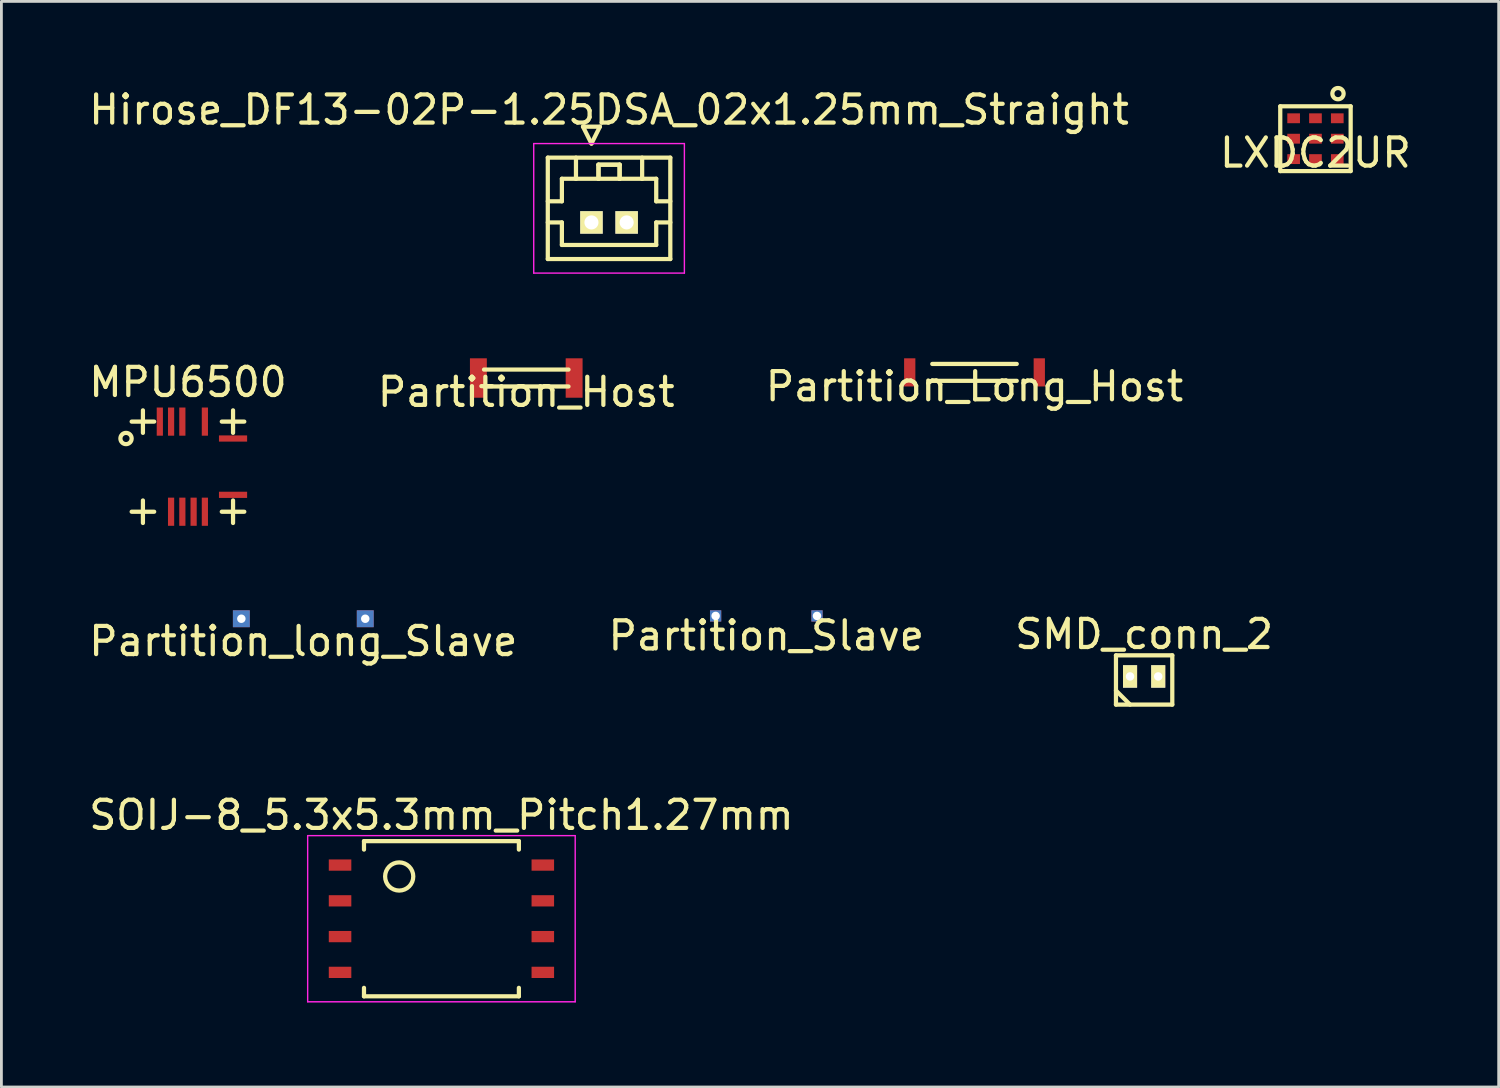
<source format=kicad_pcb>
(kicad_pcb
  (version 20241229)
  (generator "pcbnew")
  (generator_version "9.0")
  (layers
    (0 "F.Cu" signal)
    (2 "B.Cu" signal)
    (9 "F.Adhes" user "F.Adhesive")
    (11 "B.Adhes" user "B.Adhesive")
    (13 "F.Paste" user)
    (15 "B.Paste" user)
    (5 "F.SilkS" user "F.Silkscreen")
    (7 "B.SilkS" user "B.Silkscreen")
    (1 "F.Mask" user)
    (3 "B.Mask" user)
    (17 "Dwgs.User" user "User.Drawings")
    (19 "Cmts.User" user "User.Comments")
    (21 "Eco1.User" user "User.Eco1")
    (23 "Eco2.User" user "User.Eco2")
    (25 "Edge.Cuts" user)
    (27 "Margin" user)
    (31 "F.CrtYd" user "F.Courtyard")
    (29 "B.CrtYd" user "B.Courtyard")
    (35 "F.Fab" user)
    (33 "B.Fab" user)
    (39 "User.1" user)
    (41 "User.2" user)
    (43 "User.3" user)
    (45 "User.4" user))
  (footprint "Partition_long_Slave"
    (layer "F.Cu")
    (at 7.72 19.221)
    (property "Reference" "Partition_long_Slave" (at 0 0.5 0) (layer "F.SilkS") (effects (font (size 1 1) (thickness 0.15))))
    (attr through_hole)
    (pad "1" thru_hole rect (at -2.2 -0.3) (size 0.6 0.6) (drill 0.3) (layers "*.Cu" "*.Mask"))
    (pad "2" thru_hole rect (at 2.2 -0.3) (size 0.6 0.6) (drill 0.3) (layers "*.Cu" "*.Mask")))
  (footprint "Partition_Host"
    (layer "F.Cu")
    (at 15.637 10.373)
    (property "Reference" "Partition_Host" (at 0 0.5 0) (layer "F.SilkS") (effects (font (size 1 1) (thickness 0.15))))
    (attr through_hole)
    (fp_line (start -1.5 0.3) (end 1.5 0.3) (stroke (width 0.15) (type solid)) (layer "F.SilkS"))
    (fp_line (start 1.5 -0.3) (end -1.5 -0.3) (stroke (width 0.15) (type solid)) (layer "F.SilkS"))
    (pad "1" smd rect (at -1.7 0) (size 0.6 1.4) (layers "F.Cu" "F.Mask" "F.Paste"))
    (pad "2" smd rect (at 1.7 0) (size 0.6 1.4) (layers "F.Cu" "F.Mask" "F.Paste")))
  (footprint "SOIJ-8_5.3x5.3mm_Pitch1.27mm"
    (layer "F.Cu")
    (at 12.625 29.573)
    (property "Reference" "SOIJ-8_5.3x5.3mm_Pitch1.27mm" (at 0 -3.68 0) (layer "F.SilkS") (effects (font (size 1 1) (thickness 0.15))))
    (attr smd)
    (fp_line (start -2.75 -2.755) (end -2.75 -2.455) (stroke (width 0.15) (type solid)) (layer "F.SilkS"))
    (fp_line (start -2.75 -2.755) (end 2.75 -2.755) (stroke (width 0.15) (type solid)) (layer "F.SilkS"))
    (fp_line (start -2.75 2.755) (end -2.75 2.455) (stroke (width 0.15) (type solid)) (layer "F.SilkS"))
    (fp_line (start -2.75 2.755) (end 2.75 2.755) (stroke (width 0.15) (type solid)) (layer "F.SilkS"))
    (fp_line (start 2.75 -2.755) (end 2.75 -2.455) (stroke (width 0.15) (type solid)) (layer "F.SilkS"))
    (fp_line (start 2.75 2.755) (end 2.75 2.455) (stroke (width 0.15) (type solid)) (layer "F.SilkS"))
    (fp_circle (center -1.5 -1.5) (end -2 -1.5) (stroke (width 0.15) (type solid)) (fill no) (layer "F.SilkS"))
    (fp_line (start -4.75 -2.95) (end -4.75 2.95) (stroke (width 0.05) (type solid)) (layer "F.CrtYd"))
    (fp_line (start -4.75 -2.95) (end 4.75 -2.95) (stroke (width 0.05) (type solid)) (layer "F.CrtYd"))
    (fp_line (start -4.75 2.95) (end 4.75 2.95) (stroke (width 0.05) (type solid)) (layer "F.CrtYd"))
    (fp_line (start 4.75 -2.95) (end 4.75 2.95) (stroke (width 0.05) (type solid)) (layer "F.CrtYd"))
    (pad "1" smd rect (at -3.6 -1.905) (size 0.8 0.4) (layers "F.Cu" "F.Mask" "F.Paste"))
    (pad "2" smd rect (at -3.6 -0.635) (size 0.8 0.4) (layers "F.Cu" "F.Mask" "F.Paste"))
    (pad "3" smd rect (at -3.6 0.635) (size 0.8 0.4) (layers "F.Cu" "F.Mask" "F.Paste"))
    (pad "4" smd rect (at -3.6 1.905) (size 0.8 0.4) (layers "F.Cu" "F.Mask" "F.Paste"))
    (pad "5" smd rect (at 3.6 1.905) (size 0.8 0.4) (layers "F.Cu" "F.Mask" "F.Paste"))
    (pad "6" smd rect (at 3.6 0.635) (size 0.8 0.4) (layers "F.Cu" "F.Mask" "F.Paste"))
    (pad "7" smd rect (at 3.6 -0.635) (size 0.8 0.4) (layers "F.Cu" "F.Mask" "F.Paste"))
    (pad "8" smd rect (at 3.6 -1.905) (size 0.8 0.4) (layers "F.Cu" "F.Mask" "F.Paste")))
  (footprint "Hirose_DF13-02P-1.25DSA_02x1.25mm_Straight"
    (layer "F.Cu")
    (at 17.952 4.848)
    (property "Reference" "Hirose_DF13-02P-1.25DSA_02x1.25mm_Straight" (at 0.625 -4 0) (layer "F.SilkS") (effects (font (size 1 1) (thickness 0.15))))
    (attr through_hole)
    (fp_line (start -1.55 -2.3) (end -1.55 1.3) (stroke (width 0.15) (type solid)) (layer "F.SilkS"))
    (fp_line (start -1.55 -0.75) (end -1.05 -0.75) (stroke (width 0.15) (type solid)) (layer "F.SilkS"))
    (fp_line (start -1.55 0) (end -1.05 0) (stroke (width 0.15) (type solid)) (layer "F.SilkS"))
    (fp_line (start -1.55 1.3) (end 2.8 1.3) (stroke (width 0.15) (type solid)) (layer "F.SilkS"))
    (fp_line (start -1.05 -1.55) (end -0.55 -1.55) (stroke (width 0.15) (type solid)) (layer "F.SilkS"))
    (fp_line (start -1.05 -0.75) (end -1.05 -1.55) (stroke (width 0.15) (type solid)) (layer "F.SilkS"))
    (fp_line (start -1.05 0) (end -1.05 0.8) (stroke (width 0.15) (type solid)) (layer "F.SilkS"))
    (fp_line (start -1.05 0.8) (end 2.3 0.8) (stroke (width 0.15) (type solid)) (layer "F.SilkS"))
    (fp_line (start -0.55 -1.55) (end -0.55 -2.3) (stroke (width 0.15) (type solid)) (layer "F.SilkS"))
    (fp_line (start -0.55 -1.55) (end 0.25 -1.55) (stroke (width 0.15) (type solid)) (layer "F.SilkS"))
    (fp_line (start -0.3 -3.4) (end 0.3 -3.4) (stroke (width 0.15) (type solid)) (layer "F.SilkS"))
    (fp_line (start 0 -2.8) (end -0.3 -3.4) (stroke (width 0.15) (type solid)) (layer "F.SilkS"))
    (fp_line (start 0.25 -2.05) (end 1 -2.05) (stroke (width 0.15) (type solid)) (layer "F.SilkS"))
    (fp_line (start 0.25 -2.05) (end 1 -2.05) (stroke (width 0.15) (type solid)) (layer "F.SilkS"))
    (fp_line (start 0.25 -1.55) (end 0.25 -2.05) (stroke (width 0.15) (type solid)) (layer "F.SilkS"))
    (fp_line (start 0.25 -1.55) (end 0.25 -2.05) (stroke (width 0.15) (type solid)) (layer "F.SilkS"))
    (fp_line (start 0.3 -3.4) (end 0 -2.8) (stroke (width 0.15) (type solid)) (layer "F.SilkS"))
    (fp_line (start 1 -2.05) (end 1 -1.55) (stroke (width 0.15) (type solid)) (layer "F.SilkS"))
    (fp_line (start 1 -2.05) (end 1 -1.55) (stroke (width 0.15) (type solid)) (layer "F.SilkS"))
    (fp_line (start 1 -1.55) (end 0.25 -1.55) (stroke (width 0.15) (type solid)) (layer "F.SilkS"))
    (fp_line (start 1 -1.55) (end 1.8 -1.55) (stroke (width 0.15) (type solid)) (layer "F.SilkS"))
    (fp_line (start 1.8 -1.55) (end 1.8 -2.3) (stroke (width 0.15) (type solid)) (layer "F.SilkS"))
    (fp_line (start 2.3 -1.55) (end 1.8 -1.55) (stroke (width 0.15) (type solid)) (layer "F.SilkS"))
    (fp_line (start 2.3 -0.75) (end 2.3 -1.55) (stroke (width 0.15) (type solid)) (layer "F.SilkS"))
    (fp_line (start 2.3 0) (end 2.8 0) (stroke (width 0.15) (type solid)) (layer "F.SilkS"))
    (fp_line (start 2.3 0.8) (end 2.3 0) (stroke (width 0.15) (type solid)) (layer "F.SilkS"))
    (fp_line (start 2.8 -2.3) (end -1.55 -2.3) (stroke (width 0.15) (type solid)) (layer "F.SilkS"))
    (fp_line (start 2.8 -0.75) (end 2.3 -0.75) (stroke (width 0.15) (type solid)) (layer "F.SilkS"))
    (fp_line (start 2.8 1.3) (end 2.8 -2.3) (stroke (width 0.15) (type solid)) (layer "F.SilkS"))
    (fp_line (start -2.05 -2.8) (end -2.05 1.8) (stroke (width 0.05) (type solid)) (layer "F.CrtYd"))
    (fp_line (start -2.05 1.8) (end 3.3 1.8) (stroke (width 0.05) (type solid)) (layer "F.CrtYd"))
    (fp_line (start 3.3 -2.8) (end -2.05 -2.8) (stroke (width 0.05) (type solid)) (layer "F.CrtYd"))
    (fp_line (start 3.3 1.8) (end 3.3 -2.8) (stroke (width 0.05) (type solid)) (layer "F.CrtYd"))
    (pad "1" thru_hole rect (at 0 0) (size 0.8 0.8) (drill 0.5) (layers "*.Cu" "*.Mask" "F.SilkS"))
    (pad "2" thru_hole rect (at 1.25 0) (size 0.8 0.8) (drill 0.5) (layers "*.Cu" "*.Mask" "F.SilkS")))
  (footprint "Partition_Long_Host"
    (layer "F.Cu")
    (at 31.554 10.173)
    (property "Reference" "Partition_Long_Host" (at 0 0.5 0) (layer "F.SilkS") (effects (font (size 1 1) (thickness 0.15))))
    (attr through_hole)
    (fp_line (start -1.5 0.3) (end 1.5 0.3) (stroke (width 0.15) (type solid)) (layer "F.SilkS"))
    (fp_line (start 1.5 -0.3) (end -1.5 -0.3) (stroke (width 0.15) (type solid)) (layer "F.SilkS"))
    (pad "1" smd rect (at -2.3 0) (size 0.4 1) (layers "F.Cu" "F.Mask" "F.Paste"))
    (pad "2" smd rect (at 2.3 0) (size 0.4 1) (layers "F.Cu" "F.Mask" "F.Paste")))
  (footprint "LXDC2UR"
    (layer "F.Cu")
    (at 43.661 1.875)
    (property "Reference" "LXDC2UR" (at 0 0.5 0) (layer "F.SilkS") (effects (font (size 1 1) (thickness 0.15))))
    (attr through_hole)
    (fp_line (start -1.25 -1.15) (end -1.25 1.15) (stroke (width 0.15) (type solid)) (layer "F.SilkS"))
    (fp_line (start -1.25 1.15) (end 1.25 1.15) (stroke (width 0.15) (type solid)) (layer "F.SilkS"))
    (fp_line (start 1.25 -1.15) (end -1.25 -1.15) (stroke (width 0.15) (type solid)) (layer "F.SilkS"))
    (fp_line (start 1.25 1.15) (end 1.25 -1.15) (stroke (width 0.15) (type solid)) (layer "F.SilkS"))
    (fp_circle (center 0.8 -1.6) (end 1 -1.6) (stroke (width 0.15) (type solid)) (fill no) (layer "F.SilkS"))
    (pad "1" smd rect (at 0.775 -0.725) (size 0.45 0.35) (layers "F.Cu" "F.Mask" "F.Paste"))
    (pad "2" smd rect (at 0 -0.725) (size 0.45 0.35) (layers "F.Cu" "F.Mask" "F.Paste"))
    (pad "3" smd rect (at -0.775 -0.725) (size 0.45 0.35) (layers "F.Cu" "F.Mask" "F.Paste"))
    (pad "4" smd rect (at -0.775 0) (size 0.45 0.35) (layers "F.Cu" "F.Mask" "F.Paste"))
    (pad "5" smd rect (at -0.775 0.725) (size 0.45 0.35) (layers "F.Cu" "F.Mask" "F.Paste"))
    (pad "6" smd rect (at 0 0.725) (size 0.45 0.35) (layers "F.Cu" "F.Mask" "F.Paste"))
    (pad "7" smd rect (at 0.775 0.725) (size 0.45 0.35) (layers "F.Cu" "F.Mask" "F.Paste"))
    (pad "8" smd rect (at 0.775 0) (size 0.45 0.35) (layers "F.Cu" "F.Mask" "F.Paste"))
    (pad "9" smd rect (at 0 0) (size 0.45 0.35) (layers "F.Cu" "F.Mask" "F.Paste")))
  (footprint "SMD_conn_2"
    (layer "F.Cu")
    (at 37.577 20.97)
    (property "Reference" "SMD_conn_2" (at 0 -1.5 0) (layer "F.SilkS") (effects (font (size 1 1) (thickness 0.15))))
    (attr through_hole)
    (fp_line (start -1 -0.75) (end -1 1) (stroke (width 0.15) (type solid)) (layer "F.SilkS"))
    (fp_line (start -1 0.5) (end -0.5 1) (stroke (width 0.15) (type solid)) (layer "F.SilkS"))
    (fp_line (start -1 1) (end 1 1) (stroke (width 0.15) (type solid)) (layer "F.SilkS"))
    (fp_line (start 1 -0.75) (end -1 -0.75) (stroke (width 0.15) (type solid)) (layer "F.SilkS"))
    (fp_line (start 1 1) (end 1 -0.75) (stroke (width 0.15) (type solid)) (layer "F.SilkS"))
    (pad "1" thru_hole rect (at -0.5 0) (size 0.5 0.8) (drill 0.3) (layers "*.Cu" "*.Mask" "F.SilkS"))
    (pad "2" thru_hole rect (at 0.5 0) (size 0.5 0.8) (drill 0.3) (layers "*.Cu" "*.Mask" "F.SilkS")))
  (footprint "Partition_Slave"
    (layer "F.Cu")
    (at 24.161 19.021)
    (property "Reference" "Partition_Slave" (at 0 0.5 0) (layer "F.SilkS") (effects (font (size 1 1) (thickness 0.15))))
    (attr through_hole)
    (pad "1" thru_hole rect (at -1.8 -0.2) (size 0.4 0.4) (drill 0.3) (layers "*.Cu" "*.Mask"))
    (pad "2" thru_hole rect (at 1.8 -0.2) (size 0.4 0.4) (drill 0.3) (layers "*.Cu" "*.Mask")))
  (footprint "MPU6500"
    (layer "F.Cu")
    (at 3.625 13.521)
    (property "Reference" "MPU6500" (at 0 -3 0) (layer "F.SilkS") (effects (font (size 1 1) (thickness 0.15))))
    (attr smd)
    (fp_line (start -2 1.6) (end -1.2 1.6) (stroke (width 0.15) (type solid)) (layer "F.SilkS"))
    (fp_line (start -1.6 -1.2) (end -1.6 -2) (stroke (width 0.15) (type solid)) (layer "F.SilkS"))
    (fp_line (start -1.6 1.2) (end -1.6 2) (stroke (width 0.15) (type solid)) (layer "F.SilkS"))
    (fp_line (start -1.2 -1.6) (end -2 -1.6) (stroke (width 0.15) (type solid)) (layer "F.SilkS"))
    (fp_line (start 1.2 -1.6) (end 2 -1.6) (stroke (width 0.15) (type solid)) (layer "F.SilkS"))
    (fp_line (start 1.2 1.6) (end 2 1.6) (stroke (width 0.15) (type solid)) (layer "F.SilkS"))
    (fp_line (start 1.6 -1.2) (end 1.6 -2) (stroke (width 0.15) (type solid)) (layer "F.SilkS"))
    (fp_line (start 1.6 1.2) (end 1.6 2) (stroke (width 0.15) (type solid)) (layer "F.SilkS"))
    (fp_circle (center -2.2 -1) (end -2 -1) (stroke (width 0.15) (type solid)) (fill no) (layer "F.SilkS"))
    (pad "8" smd rect (at -0.6 1.6) (size 0.22 1) (layers "F.Cu" "F.Mask" "F.Paste"))
    (pad "9" smd rect (at -0.2 1.6) (size 0.22 1) (layers "F.Cu" "F.Mask" "F.Paste"))
    (pad "10" smd rect (at 0.2 1.6) (size 0.22 1) (layers "F.Cu" "F.Mask" "F.Paste"))
    (pad "11" smd rect (at 0.6 1.6) (size 0.22 1) (layers "F.Cu" "F.Mask" "F.Paste"))
    (pad "13" smd rect (at 1.6 1) (size 1 0.22) (layers "F.Cu" "F.Mask" "F.Paste"))
    (pad "18" smd rect (at 1.6 -1) (size 1 0.22) (layers "F.Cu" "F.Mask" "F.Paste"))
    (pad "20" smd rect (at 0.6 -1.6) (size 0.22 1) (layers "F.Cu" "F.Mask" "F.Paste"))
    (pad "22" smd rect (at -0.2 -1.6) (size 0.22 1) (layers "F.Cu" "F.Mask" "F.Paste"))
    (pad "23" smd rect (at -0.6 -1.6) (size 0.22 1) (layers "F.Cu" "F.Mask" "F.Paste"))
    (pad "24" smd rect (at -1 -1.6) (size 0.22 1) (layers "F.Cu" "F.Mask" "F.Paste")))
  (gr_rect
    (start -3 -3)
    (end 50.167 35.548)
    (stroke (width 0.1) (type default))
    (fill no)
    (layer "Edge.Cuts")))
</source>
